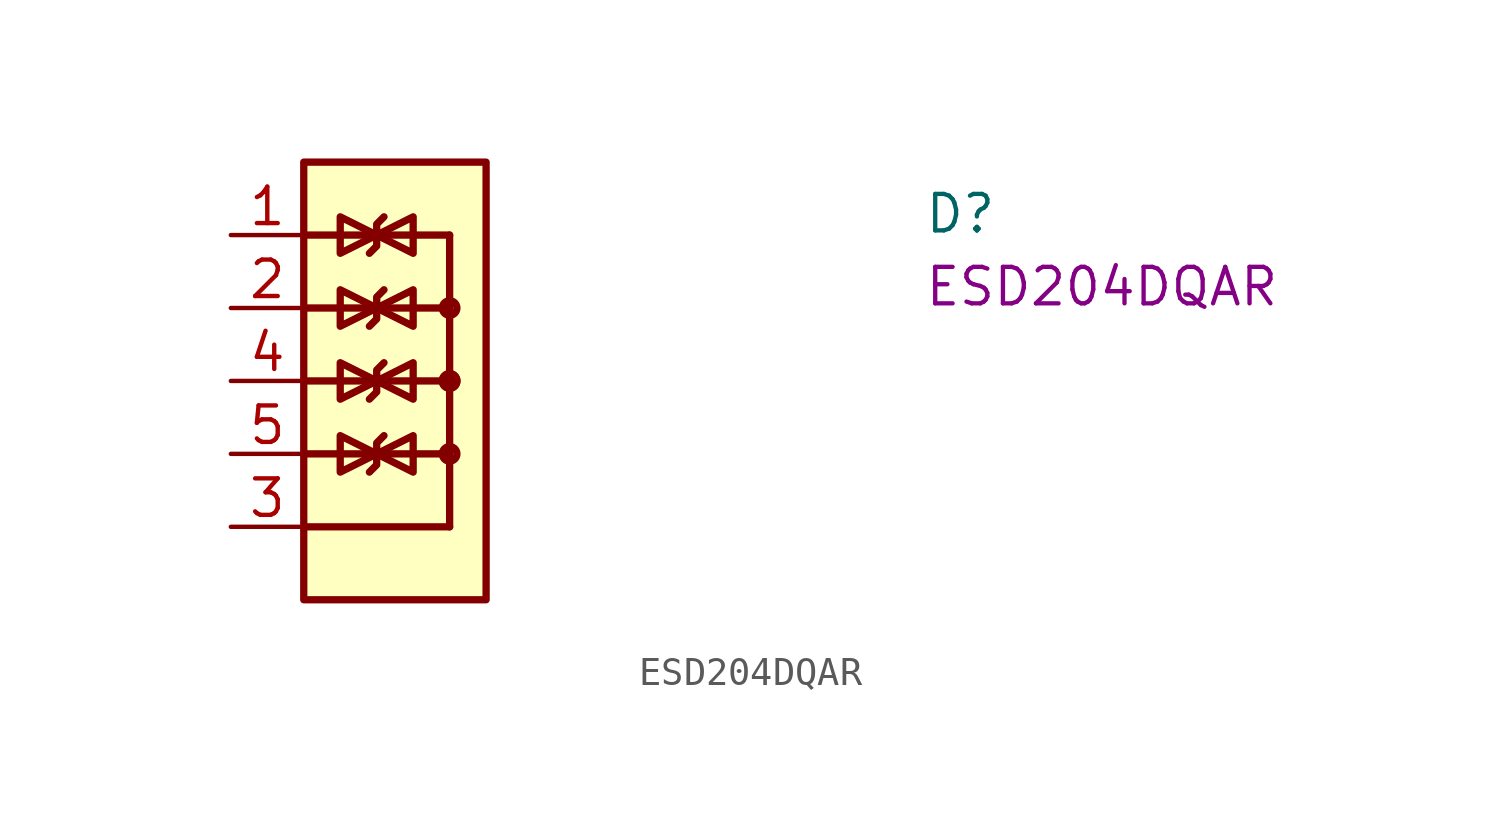
<source format=kicad_sym>
(kicad_symbol_lib
  (version 20220914)
  (generator kicad_symbol_editor)
  (symbol "ESD204DQAR"
    (property "Reference" "D"
      (at 24.13 0 0)
      (effects (font (size 1.27 1.27) (thickness 0.15)) (justify left bottom)))
    (property "MPN" "ESD204DQAR"
      (at 24.13 -2.54 0)
      (effects (font (size 1.27 1.27) (thickness 0.15)) (justify left bottom)))
    (symbol "ESD204DQAR_1_1"
      (polyline (pts (xy 2.54 -7.62) (xy 7.62 -7.62)) (stroke (width 0.254) (type default)) (fill (type background)))
      (polyline (pts (xy 2.54 -5.08) (xy 7.62 -5.08)) (stroke (width 0.254) (type default)) (fill (type background)))
      (polyline (pts (xy 2.54 -2.54) (xy 7.62 -2.54)) (stroke (width 0.254) (type default)) (fill (type background)))
      (polyline (pts (xy 2.54 0) (xy 7.62 0)) (stroke (width 0.254) (type default)) (fill (type background)))
      (polyline (pts (xy 7.62 -10.16) (xy 2.54 -10.16)) (stroke (width 0.254) (type default)) (fill (type background)))
      (polyline (pts (xy 7.62 0) (xy 7.62 -10.16)) (stroke (width 0.254) (type default)) (fill (type background)))
      (polyline (pts (xy 4.826 -8.255) (xy 5.08 -8.001) (xy 5.08 -7.239) (xy 5.334 -6.985)) (stroke (width 0.254) (type default)) (fill (type background)))
      (polyline (pts (xy 4.826 -5.715) (xy 5.08 -5.461) (xy 5.08 -4.699) (xy 5.334 -4.445)) (stroke (width 0.254) (type default)) (fill (type background)))
      (polyline (pts (xy 4.826 -3.175) (xy 5.08 -2.921) (xy 5.08 -2.159) (xy 5.334 -1.905)) (stroke (width 0.254) (type default)) (fill (type background)))
      (polyline (pts (xy 4.826 -0.635) (xy 5.08 -0.381) (xy 5.08 0.381) (xy 5.334 0.635)) (stroke (width 0.254) (type default)) (fill (type background)))
      (polyline (pts (xy 5.08 -7.62) (xy 3.81 -8.255) (xy 3.81 -6.985) (xy 5.08 -7.62)) (stroke (width 0.254) (type default)) (fill (type background)))
      (polyline (pts (xy 5.08 -5.08) (xy 3.81 -5.715) (xy 3.81 -4.445) (xy 5.08 -5.08)) (stroke (width 0.254) (type default)) (fill (type background)))
      (polyline (pts (xy 5.08 -5.08) (xy 6.35 -4.445) (xy 6.35 -5.715) (xy 5.08 -5.08)) (stroke (width 0.254) (type default)) (fill (type background)))
      (polyline (pts (xy 5.08 -2.54) (xy 3.81 -3.175) (xy 3.81 -1.905) (xy 5.08 -2.54)) (stroke (width 0.254) (type default)) (fill (type background)))
      (polyline (pts (xy 5.08 -2.54) (xy 6.35 -3.175) (xy 6.35 -1.905) (xy 5.08 -2.54)) (stroke (width 0.254) (type default)) (fill (type background)))
      (polyline (pts (xy 5.08 0) (xy 3.81 -0.635) (xy 3.81 0.635) (xy 5.08 0)) (stroke (width 0.254) (type default)) (fill (type background)))
      (polyline (pts (xy 5.08 0) (xy 6.35 -0.635) (xy 6.35 0.635) (xy 5.08 0)) (stroke (width 0.254) (type default)) (fill (type background)))
      (polyline (pts (xy 6.35 -6.985) (xy 6.35 -8.255) (xy 5.08 -7.62) (xy 6.35 -6.985)) (stroke (width 0.254) (type default)) (fill (type background)))
      (rectangle (start 2.54 2.54) (end 8.89 -12.7) (stroke (width 0.254) (type default)) (fill (type background)))
      (circle (center 7.62 -7.62) (radius 0.254) (stroke (width 0.254) (type default)) (fill (type background)))
      (circle (center 7.62 -5.08) (radius 0.254) (stroke (width 0.254) (type default)) (fill (type background)))
      (circle (center 7.62 -5.08) (radius 0.254) (stroke (width 0.254) (type default)) (fill (type background)))
      (circle (center 7.62 -2.54) (radius 0.254) (stroke (width 0.254) (type default)) (fill (type background)))
      (pin passive line (at 0 0 0) (length 2.54) (name "~" (effects (font (size 1.27 1.27)))) (number "1" (effects (font (size 1.27 1.27)))))
      (pin passive line (at 0 0 0) (length 2.54) hide (name "~" (effects (font (size 1.27 1.27)))) (number "10" (effects (font (size 1.27 1.27)))))
      (pin passive line (at 0 -2.54 0) (length 2.54) (name "~" (effects (font (size 1.27 1.27)))) (number "2" (effects (font (size 1.27 1.27)))))
      (pin power_in line (at 0 -10.16 0) (length 2.54) (name "~" (effects (font (size 1.27 1.27)))) (number "3" (effects (font (size 1.27 1.27)))))
      (pin passive line (at 0 -5.08 0) (length 2.54) (name "~" (effects (font (size 1.27 1.27)))) (number "4" (effects (font (size 1.27 1.27)))))
      (pin passive line (at 0 -7.62 0) (length 2.54) (name "~" (effects (font (size 1.27 1.27)))) (number "5" (effects (font (size 1.27 1.27)))))
      (pin passive line (at 0 -7.62 0) (length 2.54) hide (name "~" (effects (font (size 1.27 1.27)))) (number "6" (effects (font (size 1.27 1.27)))))
      (pin passive line (at 0 -5.08 0) (length 2.54) hide (name "~" (effects (font (size 1.27 1.27)))) (number "7" (effects (font (size 1.27 1.27)))))
      (pin passive line (at 0 -10.16 0) (length 2.54) hide (name "~" (effects (font (size 1.27 1.27)))) (number "8" (effects (font (size 1.27 1.27)))))
      (pin passive line (at 0 -2.54 0) (length 2.54) hide (name "~" (effects (font (size 1.27 1.27)))) (number "9" (effects (font (size 1.27 1.27))))))))
</source>
